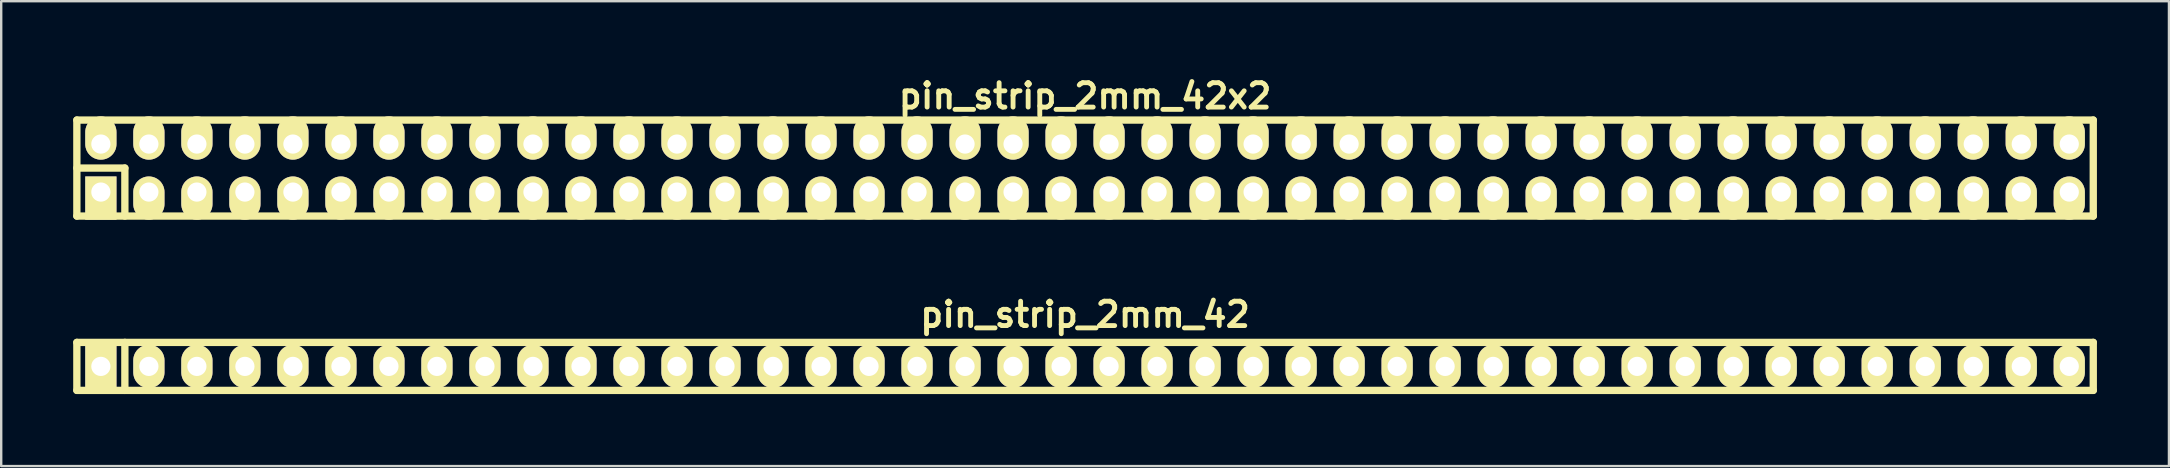
<source format=kicad_pcb>
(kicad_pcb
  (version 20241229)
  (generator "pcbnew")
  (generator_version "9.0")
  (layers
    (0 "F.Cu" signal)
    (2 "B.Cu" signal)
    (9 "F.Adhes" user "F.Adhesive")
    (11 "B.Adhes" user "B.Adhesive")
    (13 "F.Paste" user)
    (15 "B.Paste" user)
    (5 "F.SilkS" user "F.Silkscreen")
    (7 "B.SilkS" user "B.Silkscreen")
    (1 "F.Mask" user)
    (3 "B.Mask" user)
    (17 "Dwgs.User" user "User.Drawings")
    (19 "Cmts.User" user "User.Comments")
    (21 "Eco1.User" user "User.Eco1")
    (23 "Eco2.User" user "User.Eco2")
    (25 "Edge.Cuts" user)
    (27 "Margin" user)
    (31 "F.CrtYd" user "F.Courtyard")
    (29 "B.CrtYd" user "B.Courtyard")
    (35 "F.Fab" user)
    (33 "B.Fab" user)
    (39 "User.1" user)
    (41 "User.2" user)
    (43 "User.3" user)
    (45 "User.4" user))
  (footprint "pin_strip_2mm_42"
    (layer "F.Cu")
    (at 42.152 12.213)
    (property "Reference" "pin_strip_2mm_42" (at 0 -2.159 0) (layer "F.SilkS") (effects (font (size 1.016 1.016) (thickness 0.203))))
    (attr through_hole)
    (fp_line (start -42 -1) (end 42 -1) (stroke (width 0.305) (type solid)) (layer "F.SilkS"))
    (fp_line (start -42 1) (end -42 -1) (stroke (width 0.305) (type solid)) (layer "F.SilkS"))
    (fp_line (start -40 -1) (end -40 1) (stroke (width 0.305) (type solid)) (layer "F.SilkS"))
    (fp_line (start 42 -1) (end 42 1) (stroke (width 0.305) (type solid)) (layer "F.SilkS"))
    (fp_line (start 42 1) (end -42 1) (stroke (width 0.305) (type solid)) (layer "F.SilkS"))
    (pad "1" thru_hole rect (at -41 0) (size 1.3 1.8) (drill 0.8) (layers "*.Cu" "*.Mask" "F.SilkS"))
    (pad "2" thru_hole oval (at -39 0) (size 1.3 1.8) (drill 0.8) (layers "*.Cu" "*.Mask" "F.SilkS"))
    (pad "3" thru_hole oval (at -37 0) (size 1.3 1.8) (drill 0.8) (layers "*.Cu" "*.Mask" "F.SilkS"))
    (pad "4" thru_hole oval (at -35 0) (size 1.3 1.8) (drill 0.8) (layers "*.Cu" "*.Mask" "F.SilkS"))
    (pad "5" thru_hole oval (at -33 0) (size 1.3 1.8) (drill 0.8) (layers "*.Cu" "*.Mask" "F.SilkS"))
    (pad "6" thru_hole oval (at -31 0) (size 1.3 1.8) (drill 0.8) (layers "*.Cu" "*.Mask" "F.SilkS"))
    (pad "7" thru_hole oval (at -29 0) (size 1.3 1.8) (drill 0.8) (layers "*.Cu" "*.Mask" "F.SilkS"))
    (pad "8" thru_hole oval (at -27 0) (size 1.3 1.8) (drill 0.8) (layers "*.Cu" "*.Mask" "F.SilkS"))
    (pad "9" thru_hole oval (at -25 0) (size 1.3 1.8) (drill 0.8) (layers "*.Cu" "*.Mask" "F.SilkS"))
    (pad "10" thru_hole oval (at -23 0) (size 1.3 1.8) (drill 0.8) (layers "*.Cu" "*.Mask" "F.SilkS"))
    (pad "11" thru_hole oval (at -21 0) (size 1.3 1.8) (drill 0.8) (layers "*.Cu" "*.Mask" "F.SilkS"))
    (pad "12" thru_hole oval (at -19 0) (size 1.3 1.8) (drill 0.8) (layers "*.Cu" "*.Mask" "F.SilkS"))
    (pad "13" thru_hole oval (at -17 0) (size 1.3 1.8) (drill 0.8) (layers "*.Cu" "*.Mask" "F.SilkS"))
    (pad "14" thru_hole oval (at -15 0) (size 1.3 1.8) (drill 0.8) (layers "*.Cu" "*.Mask" "F.SilkS"))
    (pad "15" thru_hole oval (at -13 0) (size 1.3 1.8) (drill 0.8) (layers "*.Cu" "*.Mask" "F.SilkS"))
    (pad "16" thru_hole oval (at -11 0) (size 1.3 1.8) (drill 0.8) (layers "*.Cu" "*.Mask" "F.SilkS"))
    (pad "17" thru_hole oval (at -9 0) (size 1.3 1.8) (drill 0.8) (layers "*.Cu" "*.Mask" "F.SilkS"))
    (pad "18" thru_hole oval (at -7 0) (size 1.3 1.8) (drill 0.8) (layers "*.Cu" "*.Mask" "F.SilkS"))
    (pad "19" thru_hole oval (at -5 0) (size 1.3 1.8) (drill 0.8) (layers "*.Cu" "*.Mask" "F.SilkS"))
    (pad "20" thru_hole oval (at -3 0) (size 1.3 1.8) (drill 0.8) (layers "*.Cu" "*.Mask" "F.SilkS"))
    (pad "21" thru_hole oval (at -1 0) (size 1.3 1.8) (drill 0.8) (layers "*.Cu" "*.Mask" "F.SilkS"))
    (pad "22" thru_hole oval (at 1 0) (size 1.3 1.8) (drill 0.8) (layers "*.Cu" "*.Mask" "F.SilkS"))
    (pad "23" thru_hole oval (at 3 0) (size 1.3 1.8) (drill 0.8) (layers "*.Cu" "*.Mask" "F.SilkS"))
    (pad "24" thru_hole oval (at 5 0) (size 1.3 1.8) (drill 0.8) (layers "*.Cu" "*.Mask" "F.SilkS"))
    (pad "25" thru_hole oval (at 7 0) (size 1.3 1.8) (drill 0.8) (layers "*.Cu" "*.Mask" "F.SilkS"))
    (pad "26" thru_hole oval (at 9 0) (size 1.3 1.8) (drill 0.8) (layers "*.Cu" "*.Mask" "F.SilkS"))
    (pad "27" thru_hole oval (at 11 0) (size 1.3 1.8) (drill 0.8) (layers "*.Cu" "*.Mask" "F.SilkS"))
    (pad "28" thru_hole oval (at 13 0) (size 1.3 1.8) (drill 0.8) (layers "*.Cu" "*.Mask" "F.SilkS"))
    (pad "29" thru_hole oval (at 15 0) (size 1.3 1.8) (drill 0.8) (layers "*.Cu" "*.Mask" "F.SilkS"))
    (pad "30" thru_hole oval (at 17 0) (size 1.3 1.8) (drill 0.8) (layers "*.Cu" "*.Mask" "F.SilkS"))
    (pad "31" thru_hole oval (at 19 0) (size 1.3 1.8) (drill 0.8) (layers "*.Cu" "*.Mask" "F.SilkS"))
    (pad "32" thru_hole oval (at 21 0) (size 1.3 1.8) (drill 0.8) (layers "*.Cu" "*.Mask" "F.SilkS"))
    (pad "33" thru_hole oval (at 23 0) (size 1.3 1.8) (drill 0.8) (layers "*.Cu" "*.Mask" "F.SilkS"))
    (pad "34" thru_hole oval (at 25 0) (size 1.3 1.8) (drill 0.8) (layers "*.Cu" "*.Mask" "F.SilkS"))
    (pad "35" thru_hole oval (at 27 0) (size 1.3 1.8) (drill 0.8) (layers "*.Cu" "*.Mask" "F.SilkS"))
    (pad "36" thru_hole oval (at 29 0) (size 1.3 1.8) (drill 0.8) (layers "*.Cu" "*.Mask" "F.SilkS"))
    (pad "37" thru_hole oval (at 31 0) (size 1.3 1.8) (drill 0.8) (layers "*.Cu" "*.Mask" "F.SilkS"))
    (pad "38" thru_hole oval (at 33 0) (size 1.3 1.8) (drill 0.8) (layers "*.Cu" "*.Mask" "F.SilkS"))
    (pad "39" thru_hole oval (at 35 0) (size 1.3 1.8) (drill 0.8) (layers "*.Cu" "*.Mask" "F.SilkS"))
    (pad "40" thru_hole oval (at 37 0) (size 1.3 1.8) (drill 0.8) (layers "*.Cu" "*.Mask" "F.SilkS"))
    (pad "41" thru_hole oval (at 39 0) (size 1.3 1.8) (drill 0.8) (layers "*.Cu" "*.Mask" "F.SilkS"))
    (pad "42" thru_hole oval (at 41 0) (size 1.3 1.8) (drill 0.8) (layers "*.Cu" "*.Mask" "F.SilkS")))
  (footprint "pin_strip_2mm_42x2"
    (layer "F.Cu")
    (at 42.152 3.951)
    (property "Reference" "pin_strip_2mm_42x2" (at 0 -3 0) (layer "F.SilkS") (effects (font (size 1.016 1.016) (thickness 0.203))))
    (attr through_hole)
    (fp_line (start -42 -2) (end 42 -2) (stroke (width 0.305) (type solid)) (layer "F.SilkS"))
    (fp_line (start -42 0) (end -40 0) (stroke (width 0.305) (type solid)) (layer "F.SilkS"))
    (fp_line (start -42 2) (end -42 -2) (stroke (width 0.305) (type solid)) (layer "F.SilkS"))
    (fp_line (start -40 0) (end -40 2) (stroke (width 0.305) (type solid)) (layer "F.SilkS"))
    (fp_line (start 42 -2) (end 42 2) (stroke (width 0.305) (type solid)) (layer "F.SilkS"))
    (fp_line (start 42 2) (end -42 2) (stroke (width 0.305) (type solid)) (layer "F.SilkS"))
    (pad "1" thru_hole rect (at -41 1) (size 1.3 1.8) (drill 0.8 (offset 0 0.25)) (layers "*.Cu" "*.Mask" "F.SilkS"))
    (pad "2" thru_hole oval (at -41 -1) (size 1.3 1.8) (drill 0.8 (offset 0 -0.25)) (layers "*.Cu" "*.Mask" "F.SilkS"))
    (pad "3" thru_hole oval (at -39 1) (size 1.3 1.8) (drill 0.8 (offset 0 0.25)) (layers "*.Cu" "*.Mask" "F.SilkS"))
    (pad "4" thru_hole oval (at -39 -1) (size 1.3 1.8) (drill 0.8 (offset 0 -0.25)) (layers "*.Cu" "*.Mask" "F.SilkS"))
    (pad "5" thru_hole oval (at -37 1) (size 1.3 1.8) (drill 0.8 (offset 0 0.25)) (layers "*.Cu" "*.Mask" "F.SilkS"))
    (pad "6" thru_hole oval (at -37 -1) (size 1.3 1.8) (drill 0.8 (offset 0 -0.25)) (layers "*.Cu" "*.Mask" "F.SilkS"))
    (pad "7" thru_hole oval (at -35 1) (size 1.3 1.8) (drill 0.8 (offset 0 0.25)) (layers "*.Cu" "*.Mask" "F.SilkS"))
    (pad "8" thru_hole oval (at -35 -1) (size 1.3 1.8) (drill 0.8 (offset 0 -0.25)) (layers "*.Cu" "*.Mask" "F.SilkS"))
    (pad "9" thru_hole oval (at -33 1) (size 1.3 1.8) (drill 0.8 (offset 0 0.25)) (layers "*.Cu" "*.Mask" "F.SilkS"))
    (pad "10" thru_hole oval (at -33 -1) (size 1.3 1.8) (drill 0.8 (offset 0 -0.25)) (layers "*.Cu" "*.Mask" "F.SilkS"))
    (pad "11" thru_hole oval (at -31 1) (size 1.3 1.8) (drill 0.8 (offset 0 0.25)) (layers "*.Cu" "*.Mask" "F.SilkS"))
    (pad "12" thru_hole oval (at -31 -1) (size 1.3 1.8) (drill 0.8 (offset 0 -0.25)) (layers "*.Cu" "*.Mask" "F.SilkS"))
    (pad "13" thru_hole oval (at -29 1) (size 1.3 1.8) (drill 0.8 (offset 0 0.25)) (layers "*.Cu" "*.Mask" "F.SilkS"))
    (pad "14" thru_hole oval (at -29 -1) (size 1.3 1.8) (drill 0.8 (offset 0 -0.25)) (layers "*.Cu" "*.Mask" "F.SilkS"))
    (pad "15" thru_hole oval (at -27 1) (size 1.3 1.8) (drill 0.8 (offset 0 0.25)) (layers "*.Cu" "*.Mask" "F.SilkS"))
    (pad "16" thru_hole oval (at -27 -1) (size 1.3 1.8) (drill 0.8 (offset 0 -0.25)) (layers "*.Cu" "*.Mask" "F.SilkS"))
    (pad "17" thru_hole oval (at -25 1) (size 1.3 1.8) (drill 0.8 (offset 0 0.25)) (layers "*.Cu" "*.Mask" "F.SilkS"))
    (pad "18" thru_hole oval (at -25 -1) (size 1.3 1.8) (drill 0.8 (offset 0 -0.25)) (layers "*.Cu" "*.Mask" "F.SilkS"))
    (pad "19" thru_hole oval (at -23 1) (size 1.3 1.8) (drill 0.8 (offset 0 0.25)) (layers "*.Cu" "*.Mask" "F.SilkS"))
    (pad "20" thru_hole oval (at -23 -1) (size 1.3 1.8) (drill 0.8 (offset 0 -0.25)) (layers "*.Cu" "*.Mask" "F.SilkS"))
    (pad "21" thru_hole oval (at -21 1) (size 1.3 1.8) (drill 0.8 (offset 0 0.25)) (layers "*.Cu" "*.Mask" "F.SilkS"))
    (pad "22" thru_hole oval (at -21 -1) (size 1.3 1.8) (drill 0.8 (offset 0 -0.25)) (layers "*.Cu" "*.Mask" "F.SilkS"))
    (pad "23" thru_hole oval (at -19 1) (size 1.3 1.8) (drill 0.8 (offset 0 0.25)) (layers "*.Cu" "*.Mask" "F.SilkS"))
    (pad "24" thru_hole oval (at -19 -1) (size 1.3 1.8) (drill 0.8 (offset 0 -0.25)) (layers "*.Cu" "*.Mask" "F.SilkS"))
    (pad "25" thru_hole oval (at -17 1) (size 1.3 1.8) (drill 0.8 (offset 0 0.25)) (layers "*.Cu" "*.Mask" "F.SilkS"))
    (pad "26" thru_hole oval (at -17 -1) (size 1.3 1.8) (drill 0.8 (offset 0 -0.25)) (layers "*.Cu" "*.Mask" "F.SilkS"))
    (pad "27" thru_hole oval (at -15 1) (size 1.3 1.8) (drill 0.8 (offset 0 0.25)) (layers "*.Cu" "*.Mask" "F.SilkS"))
    (pad "28" thru_hole oval (at -15 -1) (size 1.3 1.8) (drill 0.8 (offset 0 -0.25)) (layers "*.Cu" "*.Mask" "F.SilkS"))
    (pad "29" thru_hole oval (at -13 1) (size 1.3 1.8) (drill 0.8 (offset 0 0.25)) (layers "*.Cu" "*.Mask" "F.SilkS"))
    (pad "30" thru_hole oval (at -13 -1) (size 1.3 1.8) (drill 0.8 (offset 0 -0.25)) (layers "*.Cu" "*.Mask" "F.SilkS"))
    (pad "31" thru_hole oval (at -11 1) (size 1.3 1.8) (drill 0.8 (offset 0 0.25)) (layers "*.Cu" "*.Mask" "F.SilkS"))
    (pad "32" thru_hole oval (at -11 -1) (size 1.3 1.8) (drill 0.8 (offset 0 -0.25)) (layers "*.Cu" "*.Mask" "F.SilkS"))
    (pad "33" thru_hole oval (at -9 1) (size 1.3 1.8) (drill 0.8 (offset 0 0.25)) (layers "*.Cu" "*.Mask" "F.SilkS"))
    (pad "34" thru_hole oval (at -9 -1) (size 1.3 1.8) (drill 0.8 (offset 0 -0.25)) (layers "*.Cu" "*.Mask" "F.SilkS"))
    (pad "35" thru_hole oval (at -7 1) (size 1.3 1.8) (drill 0.8 (offset 0 0.25)) (layers "*.Cu" "*.Mask" "F.SilkS"))
    (pad "36" thru_hole oval (at -7 -1) (size 1.3 1.8) (drill 0.8 (offset 0 -0.25)) (layers "*.Cu" "*.Mask" "F.SilkS"))
    (pad "37" thru_hole oval (at -5 1) (size 1.3 1.8) (drill 0.8 (offset 0 0.25)) (layers "*.Cu" "*.Mask" "F.SilkS"))
    (pad "38" thru_hole oval (at -5 -1) (size 1.3 1.8) (drill 0.8 (offset 0 -0.25)) (layers "*.Cu" "*.Mask" "F.SilkS"))
    (pad "39" thru_hole oval (at -3 1) (size 1.3 1.8) (drill 0.8 (offset 0 0.25)) (layers "*.Cu" "*.Mask" "F.SilkS"))
    (pad "40" thru_hole oval (at -3 -1) (size 1.3 1.8) (drill 0.8 (offset 0 -0.25)) (layers "*.Cu" "*.Mask" "F.SilkS"))
    (pad "41" thru_hole oval (at -1 1) (size 1.3 1.8) (drill 0.8 (offset 0 0.25)) (layers "*.Cu" "*.Mask" "F.SilkS"))
    (pad "42" thru_hole oval (at -1 -1) (size 1.3 1.8) (drill 0.8 (offset 0 -0.25)) (layers "*.Cu" "*.Mask" "F.SilkS"))
    (pad "43" thru_hole oval (at 1 1) (size 1.3 1.8) (drill 0.8 (offset 0 0.25)) (layers "*.Cu" "*.Mask" "F.SilkS"))
    (pad "44" thru_hole oval (at 1 -1) (size 1.3 1.8) (drill 0.8 (offset 0 -0.25)) (layers "*.Cu" "*.Mask" "F.SilkS"))
    (pad "45" thru_hole oval (at 3 1) (size 1.3 1.8) (drill 0.8 (offset 0 0.25)) (layers "*.Cu" "*.Mask" "F.SilkS"))
    (pad "46" thru_hole oval (at 3 -1) (size 1.3 1.8) (drill 0.8 (offset 0 -0.25)) (layers "*.Cu" "*.Mask" "F.SilkS"))
    (pad "47" thru_hole oval (at 5 1) (size 1.3 1.8) (drill 0.8 (offset 0 0.25)) (layers "*.Cu" "*.Mask" "F.SilkS"))
    (pad "48" thru_hole oval (at 5 -1) (size 1.3 1.8) (drill 0.8 (offset 0 -0.25)) (layers "*.Cu" "*.Mask" "F.SilkS"))
    (pad "49" thru_hole oval (at 7 1) (size 1.3 1.8) (drill 0.8 (offset 0 0.25)) (layers "*.Cu" "*.Mask" "F.SilkS"))
    (pad "50" thru_hole oval (at 7 -1) (size 1.3 1.8) (drill 0.8 (offset 0 -0.25)) (layers "*.Cu" "*.Mask" "F.SilkS"))
    (pad "51" thru_hole oval (at 9 1) (size 1.3 1.8) (drill 0.8 (offset 0 0.25)) (layers "*.Cu" "*.Mask" "F.SilkS"))
    (pad "52" thru_hole oval (at 9 -1) (size 1.3 1.8) (drill 0.8 (offset 0 -0.25)) (layers "*.Cu" "*.Mask" "F.SilkS"))
    (pad "53" thru_hole oval (at 11 1) (size 1.3 1.8) (drill 0.8 (offset 0 0.25)) (layers "*.Cu" "*.Mask" "F.SilkS"))
    (pad "54" thru_hole oval (at 11 -1) (size 1.3 1.8) (drill 0.8 (offset 0 -0.25)) (layers "*.Cu" "*.Mask" "F.SilkS"))
    (pad "55" thru_hole oval (at 13 1) (size 1.3 1.8) (drill 0.8 (offset 0 0.25)) (layers "*.Cu" "*.Mask" "F.SilkS"))
    (pad "56" thru_hole oval (at 13 -1) (size 1.3 1.8) (drill 0.8 (offset 0 -0.25)) (layers "*.Cu" "*.Mask" "F.SilkS"))
    (pad "57" thru_hole oval (at 15 1) (size 1.3 1.8) (drill 0.8 (offset 0 0.25)) (layers "*.Cu" "*.Mask" "F.SilkS"))
    (pad "58" thru_hole oval (at 15 -1) (size 1.3 1.8) (drill 0.8 (offset 0 -0.25)) (layers "*.Cu" "*.Mask" "F.SilkS"))
    (pad "59" thru_hole oval (at 17 1) (size 1.3 1.8) (drill 0.8 (offset 0 0.25)) (layers "*.Cu" "*.Mask" "F.SilkS"))
    (pad "60" thru_hole oval (at 17 -1) (size 1.3 1.8) (drill 0.8 (offset 0 -0.25)) (layers "*.Cu" "*.Mask" "F.SilkS"))
    (pad "61" thru_hole oval (at 19 1) (size 1.3 1.8) (drill 0.8 (offset 0 0.25)) (layers "*.Cu" "*.Mask" "F.SilkS"))
    (pad "62" thru_hole oval (at 19 -1) (size 1.3 1.8) (drill 0.8 (offset 0 -0.25)) (layers "*.Cu" "*.Mask" "F.SilkS"))
    (pad "63" thru_hole oval (at 21 1) (size 1.3 1.8) (drill 0.8 (offset 0 0.25)) (layers "*.Cu" "*.Mask" "F.SilkS"))
    (pad "64" thru_hole oval (at 21 -1) (size 1.3 1.8) (drill 0.8 (offset 0 -0.25)) (layers "*.Cu" "*.Mask" "F.SilkS"))
    (pad "65" thru_hole oval (at 23 1) (size 1.3 1.8) (drill 0.8 (offset 0 0.25)) (layers "*.Cu" "*.Mask" "F.SilkS"))
    (pad "66" thru_hole oval (at 23 -1) (size 1.3 1.8) (drill 0.8 (offset 0 -0.25)) (layers "*.Cu" "*.Mask" "F.SilkS"))
    (pad "67" thru_hole oval (at 25 1) (size 1.3 1.8) (drill 0.8 (offset 0 0.25)) (layers "*.Cu" "*.Mask" "F.SilkS"))
    (pad "68" thru_hole oval (at 25 -1) (size 1.3 1.8) (drill 0.8 (offset 0 -0.25)) (layers "*.Cu" "*.Mask" "F.SilkS"))
    (pad "69" thru_hole oval (at 27 1) (size 1.3 1.8) (drill 0.8 (offset 0 0.25)) (layers "*.Cu" "*.Mask" "F.SilkS"))
    (pad "70" thru_hole oval (at 27 -1) (size 1.3 1.8) (drill 0.8 (offset 0 -0.25)) (layers "*.Cu" "*.Mask" "F.SilkS"))
    (pad "71" thru_hole oval (at 29 1) (size 1.3 1.8) (drill 0.8 (offset 0 0.25)) (layers "*.Cu" "*.Mask" "F.SilkS"))
    (pad "72" thru_hole oval (at 29 -1) (size 1.3 1.8) (drill 0.8 (offset 0 -0.25)) (layers "*.Cu" "*.Mask" "F.SilkS"))
    (pad "73" thru_hole oval (at 31 1) (size 1.3 1.8) (drill 0.8 (offset 0 0.25)) (layers "*.Cu" "*.Mask" "F.SilkS"))
    (pad "74" thru_hole oval (at 31 -1) (size 1.3 1.8) (drill 0.8 (offset 0 -0.25)) (layers "*.Cu" "*.Mask" "F.SilkS"))
    (pad "75" thru_hole oval (at 33 1) (size 1.3 1.8) (drill 0.8 (offset 0 0.25)) (layers "*.Cu" "*.Mask" "F.SilkS"))
    (pad "76" thru_hole oval (at 33 -1) (size 1.3 1.8) (drill 0.8 (offset 0 -0.25)) (layers "*.Cu" "*.Mask" "F.SilkS"))
    (pad "77" thru_hole oval (at 35 1) (size 1.3 1.8) (drill 0.8 (offset 0 0.25)) (layers "*.Cu" "*.Mask" "F.SilkS"))
    (pad "78" thru_hole oval (at 35 -1) (size 1.3 1.8) (drill 0.8 (offset 0 -0.25)) (layers "*.Cu" "*.Mask" "F.SilkS"))
    (pad "79" thru_hole oval (at 37 1) (size 1.3 1.8) (drill 0.8 (offset 0 0.25)) (layers "*.Cu" "*.Mask" "F.SilkS"))
    (pad "80" thru_hole oval (at 37 -1) (size 1.3 1.8) (drill 0.8 (offset 0 -0.25)) (layers "*.Cu" "*.Mask" "F.SilkS"))
    (pad "81" thru_hole oval (at 39 1) (size 1.3 1.8) (drill 0.8 (offset 0 0.25)) (layers "*.Cu" "*.Mask" "F.SilkS"))
    (pad "82" thru_hole oval (at 39 -1) (size 1.3 1.8) (drill 0.8 (offset 0 -0.25)) (layers "*.Cu" "*.Mask" "F.SilkS"))
    (pad "83" thru_hole oval (at 41 1) (size 1.3 1.8) (drill 0.8 (offset 0 0.25)) (layers "*.Cu" "*.Mask" "F.SilkS"))
    (pad "84" thru_hole oval (at 41 -1) (size 1.3 1.8) (drill 0.8 (offset 0 -0.25)) (layers "*.Cu" "*.Mask" "F.SilkS")))
  (gr_rect
    (start -3 -3)
    (end 87.305 16.366)
    (stroke (width 0.1) (type default))
    (fill no)
    (layer "Edge.Cuts")))
</source>
